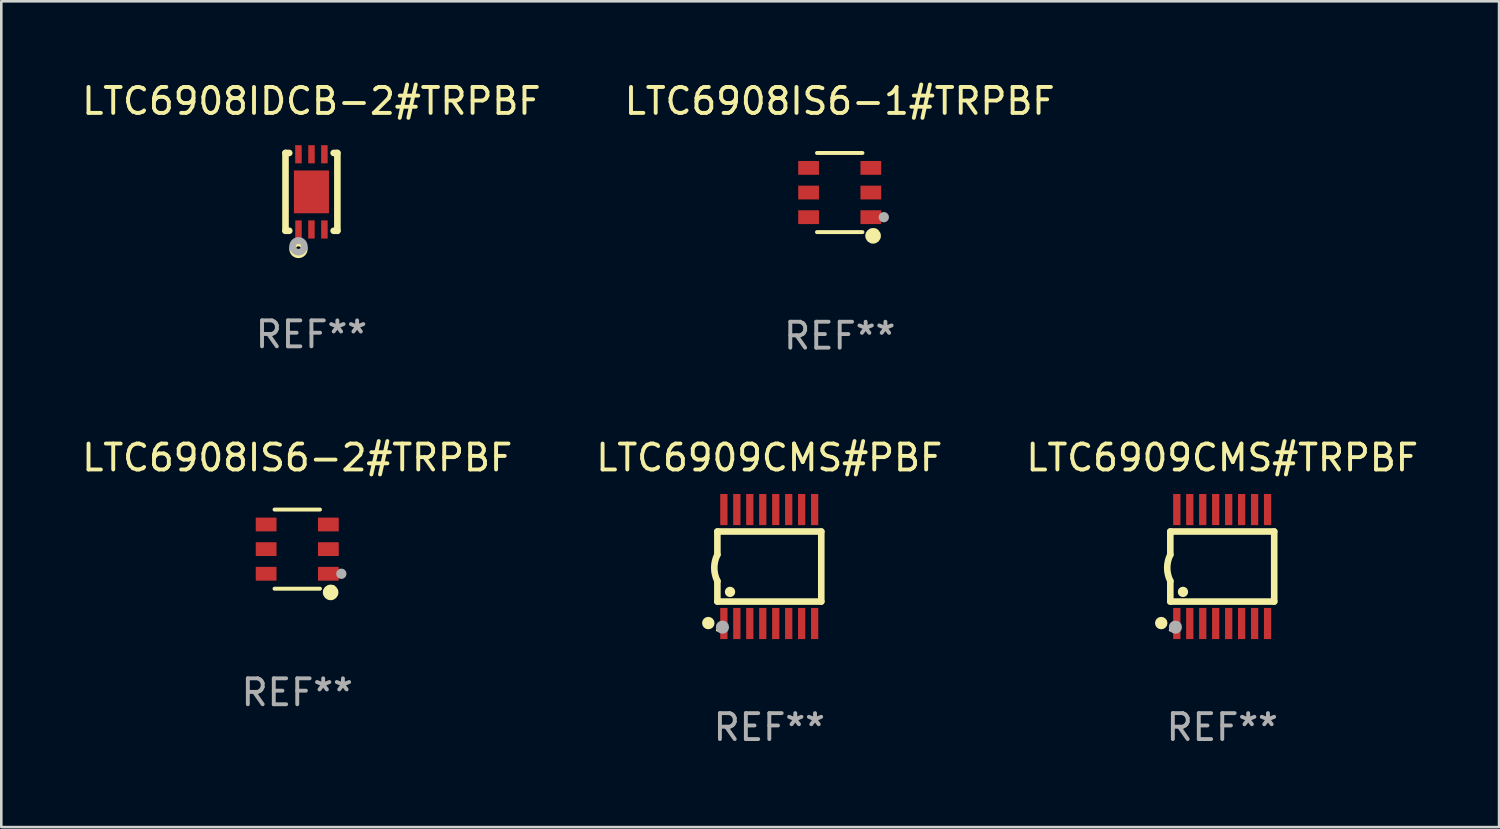
<source format=kicad_pcb>
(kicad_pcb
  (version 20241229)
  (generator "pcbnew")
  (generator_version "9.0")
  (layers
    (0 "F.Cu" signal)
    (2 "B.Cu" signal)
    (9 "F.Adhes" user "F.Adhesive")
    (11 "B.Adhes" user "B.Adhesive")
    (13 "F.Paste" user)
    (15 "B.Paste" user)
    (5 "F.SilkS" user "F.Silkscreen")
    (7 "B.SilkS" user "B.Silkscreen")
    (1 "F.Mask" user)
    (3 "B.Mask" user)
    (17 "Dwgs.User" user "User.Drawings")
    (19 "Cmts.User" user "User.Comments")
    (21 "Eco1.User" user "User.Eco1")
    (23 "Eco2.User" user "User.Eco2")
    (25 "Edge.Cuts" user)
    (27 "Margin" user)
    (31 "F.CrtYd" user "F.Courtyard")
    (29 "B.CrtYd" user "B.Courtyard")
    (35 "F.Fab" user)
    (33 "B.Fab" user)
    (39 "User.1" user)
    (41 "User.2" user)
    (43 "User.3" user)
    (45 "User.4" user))
  (footprint "LTC6909CMS#TRPBF"
    (layer "F.Cu")
    (at 44.077 18.794)
    (property "Reference" "LTC6909CMS#TRPBF" (at 0 -4.197 0) (layer "F.SilkS") (effects (font (size 1 1) (thickness 0.15))))
    (attr through_hole)
    (fp_line (start -2.003 -1.35) (end -2.003 -0.457) (stroke (width 0.254) (type solid)) (layer "F.SilkS"))
    (fp_line (start -2.003 -1.35) (end 2.003 -1.35) (stroke (width 0.254) (type solid)) (layer "F.SilkS"))
    (fp_line (start -2.003 1.35) (end -2.003 0.559) (stroke (width 0.254) (type solid)) (layer "F.SilkS"))
    (fp_line (start -2.003 1.35) (end 2.003 1.35) (stroke (width 0.254) (type solid)) (layer "F.SilkS"))
    (fp_line (start 2.003 -1.35) (end 2.003 1.35) (stroke (width 0.254) (type solid)) (layer "F.SilkS"))
    (fp_arc (start -2.002286 0.558802) (mid -2.122556 0.05092) (end -2.003302 -0.457201) (stroke (width 0.254001) (type solid)) (layer "F.SilkS"))
    (fp_circle (center -2.353 2.18) (end -2.233 2.18) (stroke (width 0.24) (type solid)) (fill no) (layer "F.SilkS"))
    (fp_circle (center -2.003 2.45) (end -1.973 2.45) (stroke (width 0.06) (type solid)) (fill no) (layer "F.SilkS"))
    (fp_circle (center -1.515 0.978) (end -1.415 0.978) (stroke (width 0.2) (type solid)) (fill no) (layer "F.SilkS"))
    (fp_circle (center -1.807 2.337) (end -1.68 2.337) (stroke (width 0.254) (type solid)) (fill no) (layer "F.Fab"))
    (fp_text user "REF**" (at 0 6.197 0) (layer "F.Fab") (effects (font (size 1 1) (thickness 0.15))))
    (pad "1" smd rect (at -1.753 2.197 90) (size 1.2 0.28) (layers "F.Cu" "F.Mask" "F.Paste"))
    (pad "2" smd rect (at -1.253 2.197 90) (size 1.2 0.28) (layers "F.Cu" "F.Mask" "F.Paste"))
    (pad "3" smd rect (at -0.753 2.197 90) (size 1.2 0.28) (layers "F.Cu" "F.Mask" "F.Paste"))
    (pad "4" smd rect (at -0.253 2.197 90) (size 1.2 0.28) (layers "F.Cu" "F.Mask" "F.Paste"))
    (pad "5" smd rect (at 0.247 2.197 90) (size 1.2 0.28) (layers "F.Cu" "F.Mask" "F.Paste"))
    (pad "6" smd rect (at 0.747 2.197 90) (size 1.2 0.28) (layers "F.Cu" "F.Mask" "F.Paste"))
    (pad "7" smd rect (at 1.247 2.197 90) (size 1.2 0.28) (layers "F.Cu" "F.Mask" "F.Paste"))
    (pad "8" smd rect (at 1.747 2.197 90) (size 1.2 0.28) (layers "F.Cu" "F.Mask" "F.Paste"))
    (pad "9" smd rect (at 1.747 -2.197 90) (size 1.2 0.28) (layers "F.Cu" "F.Mask" "F.Paste"))
    (pad "10" smd rect (at 1.247 -2.197 90) (size 1.2 0.28) (layers "F.Cu" "F.Mask" "F.Paste"))
    (pad "11" smd rect (at 0.747 -2.197 90) (size 1.2 0.28) (layers "F.Cu" "F.Mask" "F.Paste"))
    (pad "12" smd rect (at 0.247 -2.197 90) (size 1.2 0.28) (layers "F.Cu" "F.Mask" "F.Paste"))
    (pad "13" smd rect (at -0.253 -2.197 90) (size 1.2 0.28) (layers "F.Cu" "F.Mask" "F.Paste"))
    (pad "14" smd rect (at -0.753 -2.197 90) (size 1.2 0.28) (layers "F.Cu" "F.Mask" "F.Paste"))
    (pad "15" smd rect (at -1.253 -2.197 90) (size 1.2 0.28) (layers "F.Cu" "F.Mask" "F.Paste"))
    (pad "16" smd rect (at -1.753 -2.197 90) (size 1.2 0.28) (layers "F.Cu" "F.Mask" "F.Paste")))
  (footprint "LTC6909CMS#PBF"
    (layer "F.Cu")
    (at 26.613 18.794)
    (property "Reference" "LTC6909CMS#PBF" (at 0 -4.197 0) (layer "F.SilkS") (effects (font (size 1 1) (thickness 0.15))))
    (attr through_hole)
    (fp_line (start -2.003 -1.35) (end -2.003 -0.457) (stroke (width 0.254) (type solid)) (layer "F.SilkS"))
    (fp_line (start -2.003 -1.35) (end 2.003 -1.35) (stroke (width 0.254) (type solid)) (layer "F.SilkS"))
    (fp_line (start -2.003 1.35) (end -2.003 0.559) (stroke (width 0.254) (type solid)) (layer "F.SilkS"))
    (fp_line (start -2.003 1.35) (end 2.003 1.35) (stroke (width 0.254) (type solid)) (layer "F.SilkS"))
    (fp_line (start 2.003 -1.35) (end 2.003 1.35) (stroke (width 0.254) (type solid)) (layer "F.SilkS"))
    (fp_arc (start -2.002286 0.558802) (mid -2.122556 0.05092) (end -2.003302 -0.457201) (stroke (width 0.254001) (type solid)) (layer "F.SilkS"))
    (fp_circle (center -2.353 2.18) (end -2.233 2.18) (stroke (width 0.24) (type solid)) (fill no) (layer "F.SilkS"))
    (fp_circle (center -2.003 2.45) (end -1.973 2.45) (stroke (width 0.06) (type solid)) (fill no) (layer "F.SilkS"))
    (fp_circle (center -1.515 0.978) (end -1.415 0.978) (stroke (width 0.2) (type solid)) (fill no) (layer "F.SilkS"))
    (fp_circle (center -1.807 2.337) (end -1.68 2.337) (stroke (width 0.254) (type solid)) (fill no) (layer "F.Fab"))
    (fp_text user "REF**" (at 0 6.197 0) (layer "F.Fab") (effects (font (size 1 1) (thickness 0.15))))
    (pad "1" smd rect (at -1.753 2.197 90) (size 1.2 0.28) (layers "F.Cu" "F.Mask" "F.Paste"))
    (pad "2" smd rect (at -1.253 2.197 90) (size 1.2 0.28) (layers "F.Cu" "F.Mask" "F.Paste"))
    (pad "3" smd rect (at -0.753 2.197 90) (size 1.2 0.28) (layers "F.Cu" "F.Mask" "F.Paste"))
    (pad "4" smd rect (at -0.253 2.197 90) (size 1.2 0.28) (layers "F.Cu" "F.Mask" "F.Paste"))
    (pad "5" smd rect (at 0.247 2.197 90) (size 1.2 0.28) (layers "F.Cu" "F.Mask" "F.Paste"))
    (pad "6" smd rect (at 0.747 2.197 90) (size 1.2 0.28) (layers "F.Cu" "F.Mask" "F.Paste"))
    (pad "7" smd rect (at 1.247 2.197 90) (size 1.2 0.28) (layers "F.Cu" "F.Mask" "F.Paste"))
    (pad "8" smd rect (at 1.747 2.197 90) (size 1.2 0.28) (layers "F.Cu" "F.Mask" "F.Paste"))
    (pad "9" smd rect (at 1.747 -2.197 90) (size 1.2 0.28) (layers "F.Cu" "F.Mask" "F.Paste"))
    (pad "10" smd rect (at 1.247 -2.197 90) (size 1.2 0.28) (layers "F.Cu" "F.Mask" "F.Paste"))
    (pad "11" smd rect (at 0.747 -2.197 90) (size 1.2 0.28) (layers "F.Cu" "F.Mask" "F.Paste"))
    (pad "12" smd rect (at 0.247 -2.197 90) (size 1.2 0.28) (layers "F.Cu" "F.Mask" "F.Paste"))
    (pad "13" smd rect (at -0.253 -2.197 90) (size 1.2 0.28) (layers "F.Cu" "F.Mask" "F.Paste"))
    (pad "14" smd rect (at -0.753 -2.197 90) (size 1.2 0.28) (layers "F.Cu" "F.Mask" "F.Paste"))
    (pad "15" smd rect (at -1.253 -2.197 90) (size 1.2 0.28) (layers "F.Cu" "F.Mask" "F.Paste"))
    (pad "16" smd rect (at -1.753 -2.197 90) (size 1.2 0.28) (layers "F.Cu" "F.Mask" "F.Paste")))
  (footprint "LTC6908IDCB-2#TRPBF"
    (layer "F.Cu")
    (at 8.958 4.348)
    (property "Reference" "LTC6908IDCB-2#TRPBF" (at 0 -3.5 0) (layer "F.SilkS") (effects (font (size 1 1) (thickness 0.15))))
    (attr through_hole)
    (fp_line (start -1 1.5) (end -1 -1.5) (stroke (width 0.254) (type solid)) (layer "F.SilkS"))
    (fp_line (start -0.856 -1.5) (end -1 -1.5) (stroke (width 0.254) (type solid)) (layer "F.SilkS"))
    (fp_line (start -0.855 1.5) (end -1 1.5) (stroke (width 0.254) (type solid)) (layer "F.SilkS"))
    (fp_line (start 1 -1.5) (end 0.856 -1.5) (stroke (width 0.254) (type solid)) (layer "F.SilkS"))
    (fp_line (start 1 1.5) (end 0.856 1.5) (stroke (width 0.254) (type solid)) (layer "F.SilkS"))
    (fp_line (start 1 1.5) (end 1 -1.5) (stroke (width 0.254) (type solid)) (layer "F.SilkS"))
    (fp_circle (center -1 1.5) (end -0.97 1.5) (stroke (width 0.06) (type solid)) (fill no) (layer "F.SilkS"))
    (fp_circle (center -0.5 2.2) (end -0.4 2.2) (stroke (width 0.254) (type solid)) (fill no) (layer "F.SilkS"))
    (fp_circle (center -0.5 2.1) (end -0.4 2.1) (stroke (width 0.254) (type solid)) (fill no) (layer "F.Fab"))
    (fp_text user "REF**" (at 0 5.5 0) (layer "F.Fab") (effects (font (size 1 1) (thickness 0.15))))
    (pad "1" smd rect (at -0.499 1.45 180) (size 0.25 0.7) (layers "F.Cu" "F.Mask" "F.Paste"))
    (pad "2" smd rect (at 0.000025 1.45 180) (size 0.25 0.7) (layers "F.Cu" "F.Mask" "F.Paste"))
    (pad "3" smd rect (at 0.5 1.45 180) (size 0.25 0.7) (layers "F.Cu" "F.Mask" "F.Paste"))
    (pad "4" smd rect (at 0.5 -1.45 180) (size 0.25 0.7) (layers "F.Cu" "F.Mask" "F.Paste"))
    (pad "5" smd rect (at 0.002 -1.45 180) (size 0.25 0.7) (layers "F.Cu" "F.Mask" "F.Paste"))
    (pad "6" smd rect (at -0.5 -1.45 180) (size 0.25 0.7) (layers "F.Cu" "F.Mask" "F.Paste"))
    (pad "7" smd rect (at 0.000025 0.000038 180) (size 1.35 1.65) (layers "F.Cu" "F.Mask" "F.Paste")))
  (footprint "LTC6908IS6-1#TRPBF"
    (layer "F.Cu")
    (at 29.327 4.374)
    (property "Reference" "LTC6908IS6-1#TRPBF" (at 0 -3.526 0) (layer "F.SilkS") (effects (font (size 1 1) (thickness 0.15))))
    (attr through_hole)
    (fp_line (start 0.876 -1.526) (end -0.876 -1.526) (stroke (width 0.152) (type solid)) (layer "F.SilkS"))
    (fp_line (start 0.876 1.526) (end -0.876 1.526) (stroke (width 0.152) (type solid)) (layer "F.SilkS"))
    (fp_circle (center 1.287 1.669) (end 1.438 1.669) (stroke (width 0.3) (type solid)) (fill no) (layer "F.SilkS"))
    (fp_circle (center 1.4 1.45) (end 1.43 1.45) (stroke (width 0.06) (type solid)) (fill no) (layer "F.SilkS"))
    (fp_circle (center 1.7 0.95) (end 1.8 0.95) (stroke (width 0.2) (type solid)) (fill no) (layer "F.Fab"))
    (fp_text user "REF**" (at 0 5.526 0) (layer "F.Fab") (effects (font (size 1 1) (thickness 0.15))))
    (pad "1" smd rect (at 1.2 0.95) (size 0.8 0.532) (layers "F.Cu" "F.Mask" "F.Paste"))
    (pad "2" smd rect (at 1.2 0) (size 0.8 0.532) (layers "F.Cu" "F.Mask" "F.Paste"))
    (pad "3" smd rect (at 1.2 -0.95) (size 0.8 0.532) (layers "F.Cu" "F.Mask" "F.Paste"))
    (pad "4" smd rect (at -1.2 -0.95) (size 0.8 0.532) (layers "F.Cu" "F.Mask" "F.Paste"))
    (pad "5" smd rect (at -1.2 0) (size 0.8 0.532) (layers "F.Cu" "F.Mask" "F.Paste"))
    (pad "6" smd rect (at -1.2 0.95) (size 0.8 0.532) (layers "F.Cu" "F.Mask" "F.Paste")))
  (footprint "LTC6908IS6-2#TRPBF"
    (layer "F.Cu")
    (at 8.411 18.123)
    (property "Reference" "LTC6908IS6-2#TRPBF" (at 0 -3.526 0) (layer "F.SilkS") (effects (font (size 1 1) (thickness 0.15))))
    (attr through_hole)
    (fp_line (start 0.876 -1.526) (end -0.876 -1.526) (stroke (width 0.152) (type solid)) (layer "F.SilkS"))
    (fp_line (start 0.876 1.526) (end -0.876 1.526) (stroke (width 0.152) (type solid)) (layer "F.SilkS"))
    (fp_circle (center 1.287 1.669) (end 1.438 1.669) (stroke (width 0.3) (type solid)) (fill no) (layer "F.SilkS"))
    (fp_circle (center 1.4 1.45) (end 1.43 1.45) (stroke (width 0.06) (type solid)) (fill no) (layer "F.SilkS"))
    (fp_circle (center 1.7 0.95) (end 1.8 0.95) (stroke (width 0.2) (type solid)) (fill no) (layer "F.Fab"))
    (fp_text user "REF**" (at 0 5.526 0) (layer "F.Fab") (effects (font (size 1 1) (thickness 0.15))))
    (pad "1" smd rect (at 1.2 0.95) (size 0.8 0.532) (layers "F.Cu" "F.Mask" "F.Paste"))
    (pad "2" smd rect (at 1.2 0) (size 0.8 0.532) (layers "F.Cu" "F.Mask" "F.Paste"))
    (pad "3" smd rect (at 1.2 -0.95) (size 0.8 0.532) (layers "F.Cu" "F.Mask" "F.Paste"))
    (pad "4" smd rect (at -1.2 -0.95) (size 0.8 0.532) (layers "F.Cu" "F.Mask" "F.Paste"))
    (pad "5" smd rect (at -1.2 0) (size 0.8 0.532) (layers "F.Cu" "F.Mask" "F.Paste"))
    (pad "6" smd rect (at -1.2 0.95) (size 0.8 0.532) (layers "F.Cu" "F.Mask" "F.Paste")))
  (gr_rect
    (start -3 -3)
    (end 54.75 28.84)
    (stroke (width 0.1) (type default))
    (fill no)
    (layer "Edge.Cuts")))
</source>
